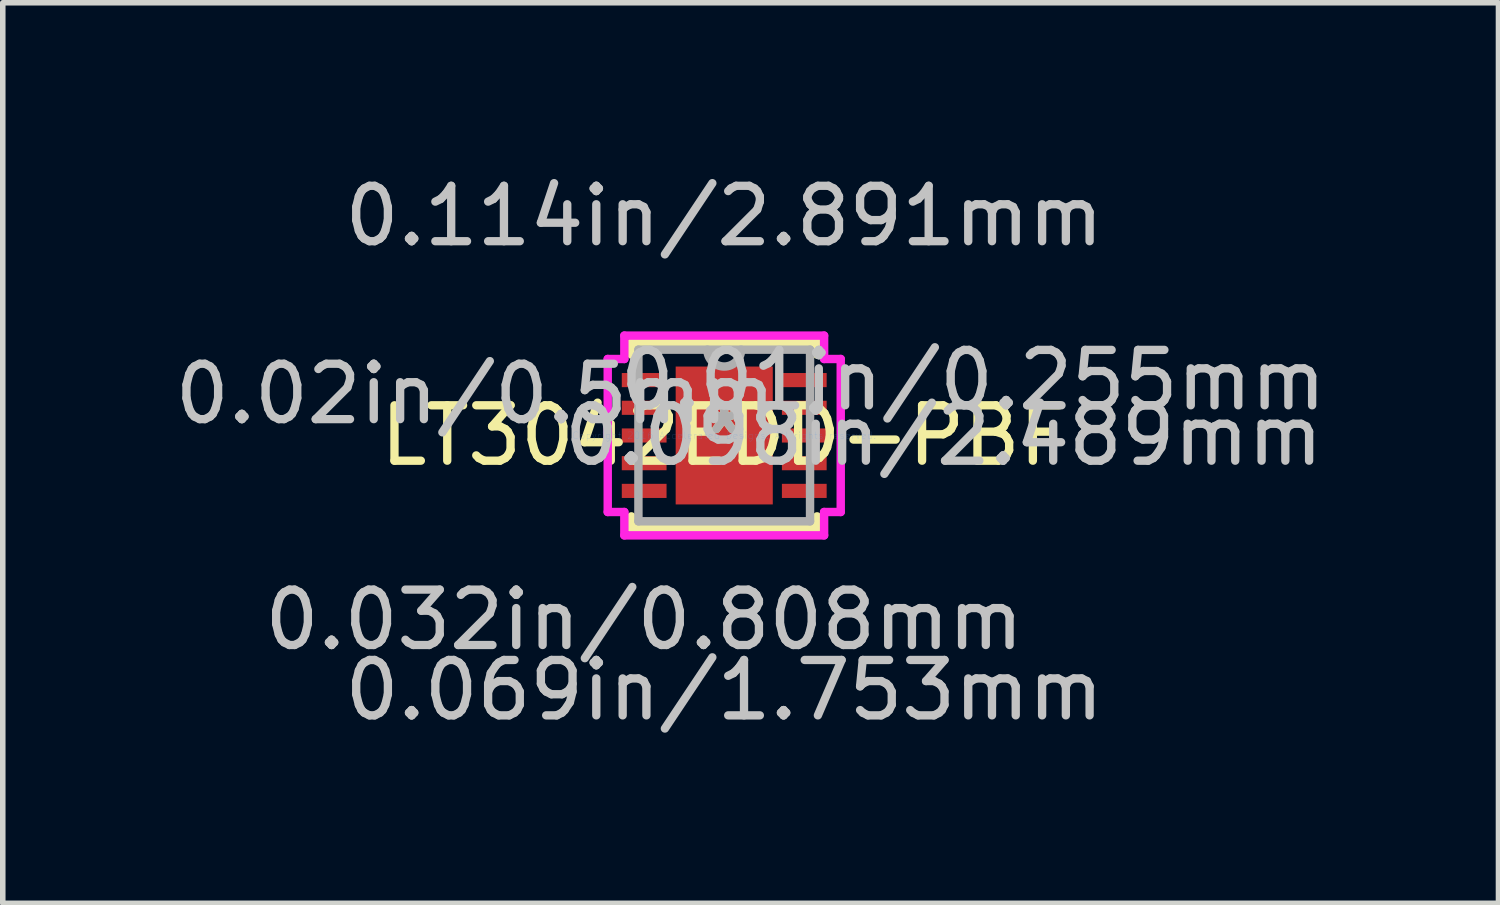
<source format=kicad_pcb>
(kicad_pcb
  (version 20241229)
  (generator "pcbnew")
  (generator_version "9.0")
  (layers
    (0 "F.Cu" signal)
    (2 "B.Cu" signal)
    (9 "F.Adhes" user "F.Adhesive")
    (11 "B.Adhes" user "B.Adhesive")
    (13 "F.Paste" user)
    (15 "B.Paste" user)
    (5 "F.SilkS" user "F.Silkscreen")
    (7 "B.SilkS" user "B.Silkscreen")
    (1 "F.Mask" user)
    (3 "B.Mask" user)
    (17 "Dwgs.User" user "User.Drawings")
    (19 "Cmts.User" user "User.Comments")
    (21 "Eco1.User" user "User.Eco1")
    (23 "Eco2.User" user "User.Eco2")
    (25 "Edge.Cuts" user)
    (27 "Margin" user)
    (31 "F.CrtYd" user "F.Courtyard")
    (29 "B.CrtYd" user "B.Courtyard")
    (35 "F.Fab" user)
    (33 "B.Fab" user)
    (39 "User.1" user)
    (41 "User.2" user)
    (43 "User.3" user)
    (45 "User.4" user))
  (footprint "LT3042EDD-PBF"
    (layer "F.Cu")
    (at 10.023 4.811)
    (property "Reference" "LT3042EDD-PBF" (at 0 0 0) (layer "F.SilkS") (effects (font (size 1 1) (thickness 0.15))))
    (attr through_hole)
    (fp_line (start -1.676 -1.676) (end -1.676 -1.46) (stroke (width 0.152) (type solid)) (layer "F.SilkS"))
    (fp_line (start -1.676 1.46) (end -1.676 1.676) (stroke (width 0.152) (type solid)) (layer "F.SilkS"))
    (fp_line (start -1.676 1.676) (end 1.676 1.676) (stroke (width 0.152) (type solid)) (layer "F.SilkS"))
    (fp_line (start 1.676 -1.676) (end -1.676 -1.676) (stroke (width 0.152) (type solid)) (layer "F.SilkS"))
    (fp_line (start 1.676 -1.46) (end 1.676 -1.676) (stroke (width 0.152) (type solid)) (layer "F.SilkS"))
    (fp_line (start 1.676 1.676) (end 1.676 1.46) (stroke (width 0.152) (type solid)) (layer "F.SilkS"))
    (fp_line (start -2.103 -1.381) (end -1.803 -1.381) (stroke (width 0.152) (type solid)) (layer "F.CrtYd"))
    (fp_line (start -2.103 1.381) (end -2.103 -1.381) (stroke (width 0.152) (type solid)) (layer "F.CrtYd"))
    (fp_line (start -1.803 -1.803) (end 1.803 -1.803) (stroke (width 0.152) (type solid)) (layer "F.CrtYd"))
    (fp_line (start -1.803 -1.381) (end -1.803 -1.803) (stroke (width 0.152) (type solid)) (layer "F.CrtYd"))
    (fp_line (start -1.803 1.381) (end -2.103 1.381) (stroke (width 0.152) (type solid)) (layer "F.CrtYd"))
    (fp_line (start -1.803 1.803) (end -1.803 1.381) (stroke (width 0.152) (type solid)) (layer "F.CrtYd"))
    (fp_line (start 1.803 -1.803) (end 1.803 -1.381) (stroke (width 0.152) (type solid)) (layer "F.CrtYd"))
    (fp_line (start 1.803 -1.381) (end 2.103 -1.381) (stroke (width 0.152) (type solid)) (layer "F.CrtYd"))
    (fp_line (start 1.803 1.381) (end 1.803 1.803) (stroke (width 0.152) (type solid)) (layer "F.CrtYd"))
    (fp_line (start 1.803 1.803) (end -1.803 1.803) (stroke (width 0.152) (type solid)) (layer "F.CrtYd"))
    (fp_line (start 2.103 -1.381) (end 2.103 1.381) (stroke (width 0.152) (type solid)) (layer "F.CrtYd"))
    (fp_line (start 2.103 1.381) (end 1.803 1.381) (stroke (width 0.152) (type solid)) (layer "F.CrtYd"))
    (fp_line (start -1.549 -1.549) (end -1.549 1.549) (stroke (width 0.152) (type solid)) (layer "F.Fab"))
    (fp_line (start -1.549 1.549) (end 1.549 1.549) (stroke (width 0.152) (type solid)) (layer "F.Fab"))
    (fp_line (start 1.549 -1.549) (end -1.549 -1.549) (stroke (width 0.152) (type solid)) (layer "F.Fab"))
    (fp_line (start 1.549 1.549) (end 1.549 -1.549) (stroke (width 0.152) (type solid)) (layer "F.Fab"))
    (fp_arc (start 0.3048 -1.5494) (mid 0 -1.2446) (end -0.3048 -1.5494) (stroke (width 0.1524) (type solid)) (layer "F.Fab"))
    (fp_text user "*" (at 0 0 0) (layer "F.SilkS") (effects (font (size 1 1) (thickness 0.15))))
    (fp_text user "0.069in/1.753mm" (at 0 4.597 0) (layer "Dwgs.User") (effects (font (size 1 1) (thickness 0.15))))
    (fp_text user "0.032in/0.808mm" (at -1.445 3.327 0) (layer "Dwgs.User") (effects (font (size 1 1) (thickness 0.15))))
    (fp_text user "0.098in/2.489mm" (at 3.962 0 0) (layer "Dwgs.User") (effects (font (size 1 1) (thickness 0.15))))
    (fp_text user "0.114in/2.891mm" (at 0 -3.962 0) (layer "Dwgs.User") (effects (font (size 1 1) (thickness 0.15))))
    (fp_text user "0.01in/0.255mm" (at 4.493 -1 0) (layer "Dwgs.User") (effects (font (size 1 1) (thickness 0.15))))
    (fp_text user "0.02in/0.5mm" (at -4.493 -0.75 0) (layer "Dwgs.User") (effects (font (size 1 1) (thickness 0.15))))
    (fp_text user "Copyright 2016 Accelerated Designs. All rights reserved." (at 0 0 0) (layer "Cmts.User") (effects (font (size 0.127 0.127) (thickness 0.002))))
    (fp_text user "*" (at 0 0 0) (layer "F.Fab") (effects (font (size 1 1) (thickness 0.15))))
    (pad "1" smd rect (at -1.445 -1) (size 0.808 0.255) (layers "F.Cu" "F.Mask" "F.Paste"))
    (pad "2" smd rect (at -1.445 -0.5) (size 0.808 0.255) (layers "F.Cu" "F.Mask" "F.Paste"))
    (pad "3" smd rect (at -1.445 0) (size 0.808 0.255) (layers "F.Cu" "F.Mask" "F.Paste"))
    (pad "4" smd rect (at -1.445 0.5) (size 0.808 0.255) (layers "F.Cu" "F.Mask" "F.Paste"))
    (pad "5" smd rect (at -1.445 1) (size 0.808 0.255) (layers "F.Cu" "F.Mask" "F.Paste"))
    (pad "6" smd rect (at 1.445 1) (size 0.808 0.255) (layers "F.Cu" "F.Mask" "F.Paste"))
    (pad "7" smd rect (at 1.445 0.5) (size 0.808 0.255) (layers "F.Cu" "F.Mask" "F.Paste"))
    (pad "8" smd rect (at 1.445 0) (size 0.808 0.255) (layers "F.Cu" "F.Mask" "F.Paste"))
    (pad "9" smd rect (at 1.445 -0.5) (size 0.808 0.255) (layers "F.Cu" "F.Mask" "F.Paste"))
    (pad "10" smd rect (at 1.445 -1) (size 0.808 0.255) (layers "F.Cu" "F.Mask" "F.Paste"))
    (pad "11" smd rect (at 0 0) (size 1.753 2.489) (layers "F.Cu" "F.Mask" "F.Paste")))
  (gr_rect
    (start -3 -3)
    (end 23.999 13.256)
    (stroke (width 0.1) (type default))
    (fill no)
    (layer "Edge.Cuts")))
</source>
